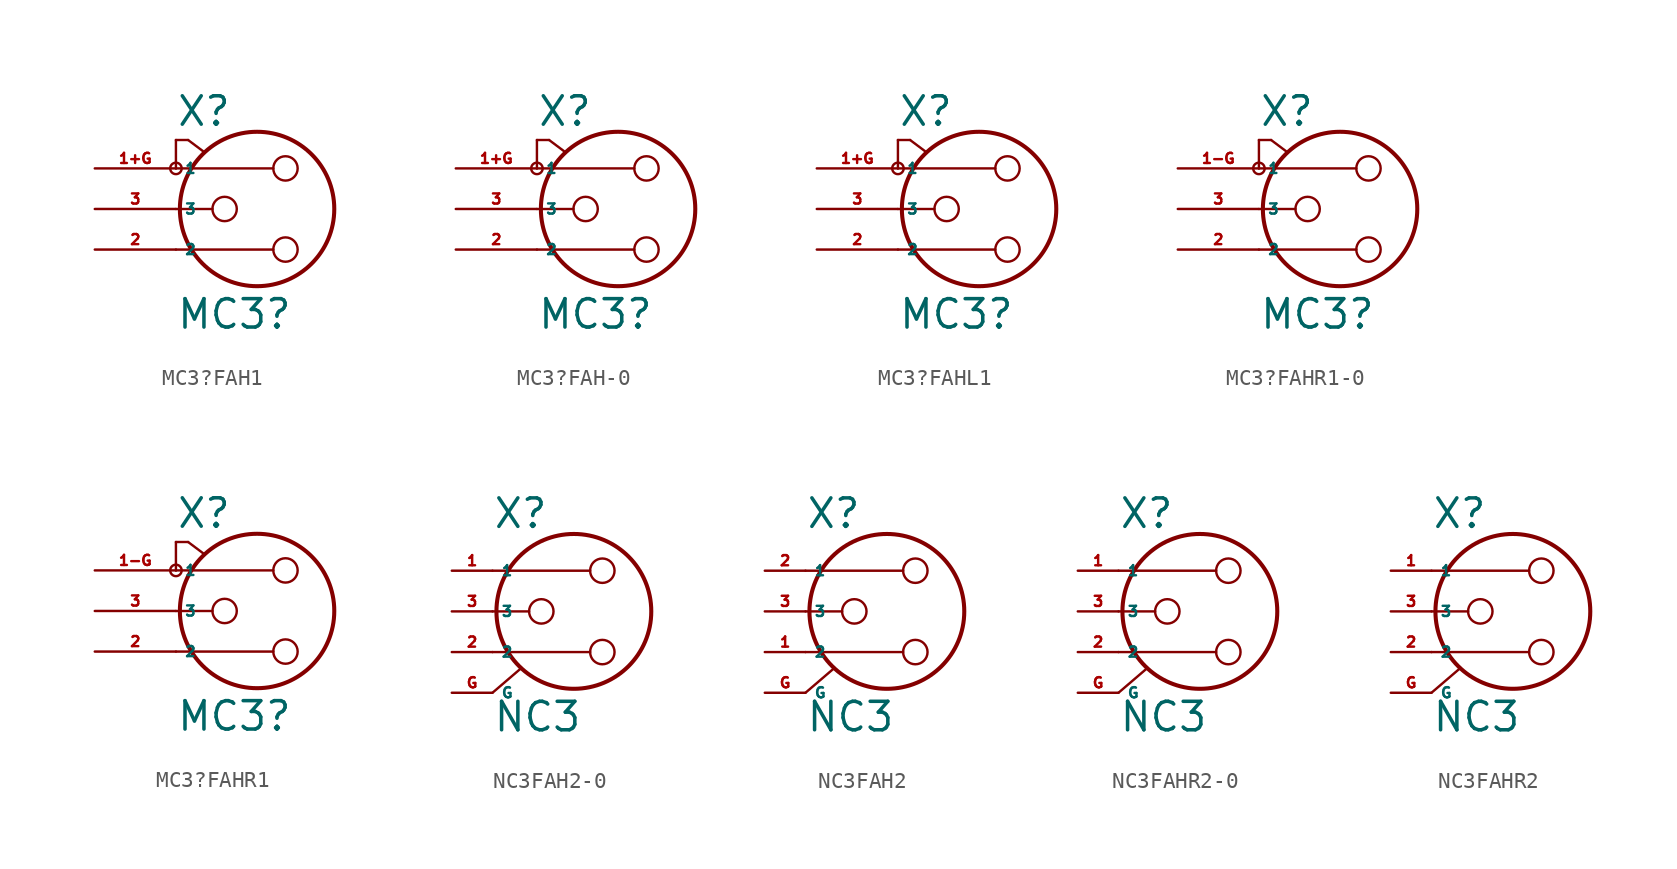
<source format=kicad_sym>
(kicad_symbol_lib
  (version 20220914)
  (generator Eagle2Kicad)
  (symbol "MC3?FAH1"
    (property "Reference" "X"
      (at -5.08 5.08 0)
      (effects (font (size 1.778 1.778) (thickness 0.22)) (justify left bottom)))
    (property "Value" "MC3?"
      (at -5.08 -7.62 0)
      (effects (font (size 1.778 1.778) (thickness 0.22)) (justify left bottom)))
    (polyline
      (pts (xy -5.08 2.54) (xy 1.016 2.54))
      (stroke (width 0.152) (type default))
      (fill (type none)))
    (polyline
      (pts (xy -5.08 -2.54) (xy 1.016 -2.54))
      (stroke (width 0.152) (type default))
      (fill (type none)))
    (polyline
      (pts (xy -5.08 0) (xy -2.794 0))
      (stroke (width 0.152) (type default))
      (fill (type none)))
    (polyline
      (pts (xy -4.318 4.318) (xy -3.302 3.556))
      (stroke (width 0.152) (type default))
      (fill (type none)))
    (polyline
      (pts (xy -4.318 4.318) (xy -5.08 4.318))
      (stroke (width 0.152) (type default))
      (fill (type none)))
    (polyline
      (pts (xy -5.08 4.318) (xy -5.08 2.54))
      (stroke (width 0.152) (type default))
      (fill (type none)))
    (circle
      (center 0 0)
      (radius 4.833)
      (stroke (width 0.254) (type default))
      (fill (type none)))
    (circle
      (center -2.032 0)
      (radius 0.762)
      (stroke (width 0.152) (type default))
      (fill (type none)))
    (circle
      (center 1.778 2.54)
      (radius 0.762)
      (stroke (width 0.152) (type default))
      (fill (type none)))
    (circle
      (center 1.778 -2.54)
      (radius 0.762)
      (stroke (width 0.152) (type default))
      (fill (type none)))
    (circle
      (center -5.08 2.54)
      (radius 0.359)
      (stroke (width 0) (type default))
      (fill (type none)))
    (pin passive line
      (at -10.16 2.54 0)
      (length 5.08)
      (name "1" (effects (font (size 0.635 0.635) (thickness 0.08)) (justify left bottom)))
      (number "1+G" (effects (font (size 0.635 0.635) (thickness 0.08)) (justify left bottom))))
    (pin passive line
      (at -10.16 -2.54 0)
      (length 5.08)
      (name "2" (effects (font (size 0.635 0.635) (thickness 0.08)) (justify left bottom)))
      (number "2" (effects (font (size 0.635 0.635) (thickness 0.08)) (justify left bottom))))
    (pin passive line
      (at -10.16 0 0)
      (length 5.08)
      (name "3" (effects (font (size 0.635 0.635) (thickness 0.08)) (justify left bottom)))
      (number "3" (effects (font (size 0.635 0.635) (thickness 0.08)) (justify left bottom)))))
  (symbol "MC3?FAH-0"
    (property "Reference" "X"
      (at -5.08 5.08 0)
      (effects (font (size 1.778 1.778) (thickness 0.22)) (justify left bottom)))
    (property "Value" "MC3?"
      (at -5.08 -7.62 0)
      (effects (font (size 1.778 1.778) (thickness 0.22)) (justify left bottom)))
    (polyline
      (pts (xy -5.08 2.54) (xy 1.016 2.54))
      (stroke (width 0.152) (type default))
      (fill (type none)))
    (polyline
      (pts (xy -5.08 -2.54) (xy 1.016 -2.54))
      (stroke (width 0.152) (type default))
      (fill (type none)))
    (polyline
      (pts (xy -5.08 0) (xy -2.794 0))
      (stroke (width 0.152) (type default))
      (fill (type none)))
    (polyline
      (pts (xy -4.318 4.318) (xy -3.302 3.556))
      (stroke (width 0.152) (type default))
      (fill (type none)))
    (polyline
      (pts (xy -4.318 4.318) (xy -5.08 4.318))
      (stroke (width 0.152) (type default))
      (fill (type none)))
    (polyline
      (pts (xy -5.08 4.318) (xy -5.08 2.54))
      (stroke (width 0.152) (type default))
      (fill (type none)))
    (circle
      (center 0 0)
      (radius 4.833)
      (stroke (width 0.254) (type default))
      (fill (type none)))
    (circle
      (center -2.032 0)
      (radius 0.762)
      (stroke (width 0.152) (type default))
      (fill (type none)))
    (circle
      (center 1.778 2.54)
      (radius 0.762)
      (stroke (width 0.152) (type default))
      (fill (type none)))
    (circle
      (center 1.778 -2.54)
      (radius 0.762)
      (stroke (width 0.152) (type default))
      (fill (type none)))
    (circle
      (center -5.08 2.54)
      (radius 0.359)
      (stroke (width 0) (type default))
      (fill (type none)))
    (pin passive line
      (at -10.16 2.54 0)
      (length 5.08)
      (name "1" (effects (font (size 0.635 0.635) (thickness 0.08)) (justify left bottom)))
      (number "1+G" (effects (font (size 0.635 0.635) (thickness 0.08)) (justify left bottom))))
    (pin passive line
      (at -10.16 -2.54 0)
      (length 5.08)
      (name "2" (effects (font (size 0.635 0.635) (thickness 0.08)) (justify left bottom)))
      (number "2" (effects (font (size 0.635 0.635) (thickness 0.08)) (justify left bottom))))
    (pin passive line
      (at -10.16 0 0)
      (length 5.08)
      (name "3" (effects (font (size 0.635 0.635) (thickness 0.08)) (justify left bottom)))
      (number "3" (effects (font (size 0.635 0.635) (thickness 0.08)) (justify left bottom)))))
  (symbol "MC3?FAHL1"
    (property "Reference" "X"
      (at -5.08 5.08 0)
      (effects (font (size 1.778 1.778) (thickness 0.22)) (justify left bottom)))
    (property "Value" "MC3?"
      (at -5.08 -7.62 0)
      (effects (font (size 1.778 1.778) (thickness 0.22)) (justify left bottom)))
    (polyline
      (pts (xy -5.08 2.54) (xy 1.016 2.54))
      (stroke (width 0.152) (type default))
      (fill (type none)))
    (polyline
      (pts (xy -5.08 -2.54) (xy 1.016 -2.54))
      (stroke (width 0.152) (type default))
      (fill (type none)))
    (polyline
      (pts (xy -5.08 0) (xy -2.794 0))
      (stroke (width 0.152) (type default))
      (fill (type none)))
    (polyline
      (pts (xy -4.318 4.318) (xy -3.302 3.556))
      (stroke (width 0.152) (type default))
      (fill (type none)))
    (polyline
      (pts (xy -4.318 4.318) (xy -5.08 4.318))
      (stroke (width 0.152) (type default))
      (fill (type none)))
    (polyline
      (pts (xy -5.08 4.318) (xy -5.08 2.54))
      (stroke (width 0.152) (type default))
      (fill (type none)))
    (circle
      (center 0 0)
      (radius 4.833)
      (stroke (width 0.254) (type default))
      (fill (type none)))
    (circle
      (center -2.032 0)
      (radius 0.762)
      (stroke (width 0.152) (type default))
      (fill (type none)))
    (circle
      (center 1.778 2.54)
      (radius 0.762)
      (stroke (width 0.152) (type default))
      (fill (type none)))
    (circle
      (center 1.778 -2.54)
      (radius 0.762)
      (stroke (width 0.152) (type default))
      (fill (type none)))
    (circle
      (center -5.08 2.54)
      (radius 0.359)
      (stroke (width 0) (type default))
      (fill (type none)))
    (pin passive line
      (at -10.16 2.54 0)
      (length 5.08)
      (name "1" (effects (font (size 0.635 0.635) (thickness 0.08)) (justify left bottom)))
      (number "1+G" (effects (font (size 0.635 0.635) (thickness 0.08)) (justify left bottom))))
    (pin passive line
      (at -10.16 -2.54 0)
      (length 5.08)
      (name "2" (effects (font (size 0.635 0.635) (thickness 0.08)) (justify left bottom)))
      (number "2" (effects (font (size 0.635 0.635) (thickness 0.08)) (justify left bottom))))
    (pin passive line
      (at -10.16 0 0)
      (length 5.08)
      (name "3" (effects (font (size 0.635 0.635) (thickness 0.08)) (justify left bottom)))
      (number "3" (effects (font (size 0.635 0.635) (thickness 0.08)) (justify left bottom)))))
  (symbol "MC3?FAHR1-0"
    (property "Reference" "X"
      (at -5.08 5.08 0)
      (effects (font (size 1.778 1.778) (thickness 0.22)) (justify left bottom)))
    (property "Value" "MC3?"
      (at -5.08 -7.62 0)
      (effects (font (size 1.778 1.778) (thickness 0.22)) (justify left bottom)))
    (polyline
      (pts (xy -5.08 2.54) (xy 1.016 2.54))
      (stroke (width 0.152) (type default))
      (fill (type none)))
    (polyline
      (pts (xy -5.08 -2.54) (xy 1.016 -2.54))
      (stroke (width 0.152) (type default))
      (fill (type none)))
    (polyline
      (pts (xy -5.08 0) (xy -2.794 0))
      (stroke (width 0.152) (type default))
      (fill (type none)))
    (polyline
      (pts (xy -4.318 4.318) (xy -3.302 3.556))
      (stroke (width 0.152) (type default))
      (fill (type none)))
    (polyline
      (pts (xy -4.318 4.318) (xy -5.08 4.318))
      (stroke (width 0.152) (type default))
      (fill (type none)))
    (polyline
      (pts (xy -5.08 4.318) (xy -5.08 2.54))
      (stroke (width 0.152) (type default))
      (fill (type none)))
    (circle
      (center 0 0)
      (radius 4.833)
      (stroke (width 0.254) (type default))
      (fill (type none)))
    (circle
      (center -2.032 0)
      (radius 0.762)
      (stroke (width 0.152) (type default))
      (fill (type none)))
    (circle
      (center 1.778 2.54)
      (radius 0.762)
      (stroke (width 0.152) (type default))
      (fill (type none)))
    (circle
      (center 1.778 -2.54)
      (radius 0.762)
      (stroke (width 0.152) (type default))
      (fill (type none)))
    (circle
      (center -5.08 2.54)
      (radius 0.359)
      (stroke (width 0) (type default))
      (fill (type none)))
    (pin passive line
      (at -10.16 2.54 0)
      (length 5.08)
      (name "1" (effects (font (size 0.635 0.635) (thickness 0.08)) (justify left bottom)))
      (number "1-G" (effects (font (size 0.635 0.635) (thickness 0.08)) (justify left bottom))))
    (pin passive line
      (at -10.16 -2.54 0)
      (length 5.08)
      (name "2" (effects (font (size 0.635 0.635) (thickness 0.08)) (justify left bottom)))
      (number "2" (effects (font (size 0.635 0.635) (thickness 0.08)) (justify left bottom))))
    (pin passive line
      (at -10.16 0 0)
      (length 5.08)
      (name "3" (effects (font (size 0.635 0.635) (thickness 0.08)) (justify left bottom)))
      (number "3" (effects (font (size 0.635 0.635) (thickness 0.08)) (justify left bottom)))))
  (symbol "MC3?FAHR1"
    (property "Reference" "X"
      (at -5.08 5.08 0)
      (effects (font (size 1.778 1.778) (thickness 0.22)) (justify left bottom)))
    (property "Value" "MC3?"
      (at -5.08 -7.62 0)
      (effects (font (size 1.778 1.778) (thickness 0.22)) (justify left bottom)))
    (polyline
      (pts (xy -5.08 2.54) (xy 1.016 2.54))
      (stroke (width 0.152) (type default))
      (fill (type none)))
    (polyline
      (pts (xy -5.08 -2.54) (xy 1.016 -2.54))
      (stroke (width 0.152) (type default))
      (fill (type none)))
    (polyline
      (pts (xy -5.08 0) (xy -2.794 0))
      (stroke (width 0.152) (type default))
      (fill (type none)))
    (polyline
      (pts (xy -4.318 4.318) (xy -3.302 3.556))
      (stroke (width 0.152) (type default))
      (fill (type none)))
    (polyline
      (pts (xy -4.318 4.318) (xy -5.08 4.318))
      (stroke (width 0.152) (type default))
      (fill (type none)))
    (polyline
      (pts (xy -5.08 4.318) (xy -5.08 2.54))
      (stroke (width 0.152) (type default))
      (fill (type none)))
    (circle
      (center 0 0)
      (radius 4.833)
      (stroke (width 0.254) (type default))
      (fill (type none)))
    (circle
      (center -2.032 0)
      (radius 0.762)
      (stroke (width 0.152) (type default))
      (fill (type none)))
    (circle
      (center 1.778 2.54)
      (radius 0.762)
      (stroke (width 0.152) (type default))
      (fill (type none)))
    (circle
      (center 1.778 -2.54)
      (radius 0.762)
      (stroke (width 0.152) (type default))
      (fill (type none)))
    (circle
      (center -5.08 2.54)
      (radius 0.359)
      (stroke (width 0) (type default))
      (fill (type none)))
    (pin passive line
      (at -10.16 2.54 0)
      (length 5.08)
      (name "1" (effects (font (size 0.635 0.635) (thickness 0.08)) (justify left bottom)))
      (number "1-G" (effects (font (size 0.635 0.635) (thickness 0.08)) (justify left bottom))))
    (pin passive line
      (at -10.16 -2.54 0)
      (length 5.08)
      (name "2" (effects (font (size 0.635 0.635) (thickness 0.08)) (justify left bottom)))
      (number "2" (effects (font (size 0.635 0.635) (thickness 0.08)) (justify left bottom))))
    (pin passive line
      (at -10.16 0 0)
      (length 5.08)
      (name "3" (effects (font (size 0.635 0.635) (thickness 0.08)) (justify left bottom)))
      (number "3" (effects (font (size 0.635 0.635) (thickness 0.08)) (justify left bottom)))))
  (symbol "NC3FAH2-0"
    (property "Reference" "X"
      (at -5.08 5.08 0)
      (effects (font (size 1.778 1.778) (thickness 0.22)) (justify left bottom)))
    (property "Value" "NC3"
      (at -5.08 -7.62 0)
      (effects (font (size 1.778 1.778) (thickness 0.22)) (justify left bottom)))
    (polyline
      (pts (xy -5.08 2.54) (xy 1.016 2.54))
      (stroke (width 0.152) (type default))
      (fill (type none)))
    (polyline
      (pts (xy -5.08 -2.54) (xy 1.016 -2.54))
      (stroke (width 0.152) (type default))
      (fill (type none)))
    (polyline
      (pts (xy -5.08 0) (xy -2.794 0))
      (stroke (width 0.152) (type default))
      (fill (type none)))
    (polyline
      (pts (xy -5.08 -5.08) (xy -3.302 -3.556))
      (stroke (width 0.152) (type default))
      (fill (type none)))
    (circle
      (center 0 0)
      (radius 4.833)
      (stroke (width 0.254) (type default))
      (fill (type none)))
    (circle
      (center -2.032 0)
      (radius 0.762)
      (stroke (width 0.152) (type default))
      (fill (type none)))
    (circle
      (center 1.778 2.54)
      (radius 0.762)
      (stroke (width 0.152) (type default))
      (fill (type none)))
    (circle
      (center 1.778 -2.54)
      (radius 0.762)
      (stroke (width 0.152) (type default))
      (fill (type none)))
    (pin passive line
      (at -7.62 2.54 0)
      (length 2.54)
      (name "1" (effects (font (size 0.635 0.635) (thickness 0.08)) (justify left bottom)))
      (number "1" (effects (font (size 0.635 0.635) (thickness 0.08)) (justify left bottom))))
    (pin passive line
      (at -7.62 -2.54 0)
      (length 2.54)
      (name "2" (effects (font (size 0.635 0.635) (thickness 0.08)) (justify left bottom)))
      (number "2" (effects (font (size 0.635 0.635) (thickness 0.08)) (justify left bottom))))
    (pin passive line
      (at -7.62 0 0)
      (length 2.54)
      (name "3" (effects (font (size 0.635 0.635) (thickness 0.08)) (justify left bottom)))
      (number "3" (effects (font (size 0.635 0.635) (thickness 0.08)) (justify left bottom))))
    (pin passive line
      (at -7.62 -5.08 0)
      (length 2.54)
      (name "G" (effects (font (size 0.635 0.635) (thickness 0.08)) (justify left bottom)))
      (number "G" (effects (font (size 0.635 0.635) (thickness 0.08)) (justify left bottom)))))
  (symbol "NC3FAH2"
    (property "Reference" "X"
      (at -5.08 5.08 0)
      (effects (font (size 1.778 1.778) (thickness 0.22)) (justify left bottom)))
    (property "Value" "NC3"
      (at -5.08 -7.62 0)
      (effects (font (size 1.778 1.778) (thickness 0.22)) (justify left bottom)))
    (polyline
      (pts (xy -5.08 2.54) (xy 1.016 2.54))
      (stroke (width 0.152) (type default))
      (fill (type none)))
    (polyline
      (pts (xy -5.08 -2.54) (xy 1.016 -2.54))
      (stroke (width 0.152) (type default))
      (fill (type none)))
    (polyline
      (pts (xy -5.08 0) (xy -2.794 0))
      (stroke (width 0.152) (type default))
      (fill (type none)))
    (polyline
      (pts (xy -5.08 -5.08) (xy -3.302 -3.556))
      (stroke (width 0.152) (type default))
      (fill (type none)))
    (circle
      (center 0 0)
      (radius 4.833)
      (stroke (width 0.254) (type default))
      (fill (type none)))
    (circle
      (center -2.032 0)
      (radius 0.762)
      (stroke (width 0.152) (type default))
      (fill (type none)))
    (circle
      (center 1.778 2.54)
      (radius 0.762)
      (stroke (width 0.152) (type default))
      (fill (type none)))
    (circle
      (center 1.778 -2.54)
      (radius 0.762)
      (stroke (width 0.152) (type default))
      (fill (type none)))
    (pin passive line
      (at -7.62 2.54 0)
      (length 2.54)
      (name "1" (effects (font (size 0.635 0.635) (thickness 0.08)) (justify left bottom)))
      (number "2" (effects (font (size 0.635 0.635) (thickness 0.08)) (justify left bottom))))
    (pin passive line
      (at -7.62 -2.54 0)
      (length 2.54)
      (name "2" (effects (font (size 0.635 0.635) (thickness 0.08)) (justify left bottom)))
      (number "1" (effects (font (size 0.635 0.635) (thickness 0.08)) (justify left bottom))))
    (pin passive line
      (at -7.62 0 0)
      (length 2.54)
      (name "3" (effects (font (size 0.635 0.635) (thickness 0.08)) (justify left bottom)))
      (number "3" (effects (font (size 0.635 0.635) (thickness 0.08)) (justify left bottom))))
    (pin passive line
      (at -7.62 -5.08 0)
      (length 2.54)
      (name "G" (effects (font (size 0.635 0.635) (thickness 0.08)) (justify left bottom)))
      (number "G" (effects (font (size 0.635 0.635) (thickness 0.08)) (justify left bottom)))))
  (symbol "NC3FAHR2-0"
    (property "Reference" "X"
      (at -5.08 5.08 0)
      (effects (font (size 1.778 1.778) (thickness 0.22)) (justify left bottom)))
    (property "Value" "NC3"
      (at -5.08 -7.62 0)
      (effects (font (size 1.778 1.778) (thickness 0.22)) (justify left bottom)))
    (polyline
      (pts (xy -5.08 2.54) (xy 1.016 2.54))
      (stroke (width 0.152) (type default))
      (fill (type none)))
    (polyline
      (pts (xy -5.08 -2.54) (xy 1.016 -2.54))
      (stroke (width 0.152) (type default))
      (fill (type none)))
    (polyline
      (pts (xy -5.08 0) (xy -2.794 0))
      (stroke (width 0.152) (type default))
      (fill (type none)))
    (polyline
      (pts (xy -5.08 -5.08) (xy -3.302 -3.556))
      (stroke (width 0.152) (type default))
      (fill (type none)))
    (circle
      (center 0 0)
      (radius 4.833)
      (stroke (width 0.254) (type default))
      (fill (type none)))
    (circle
      (center -2.032 0)
      (radius 0.762)
      (stroke (width 0.152) (type default))
      (fill (type none)))
    (circle
      (center 1.778 2.54)
      (radius 0.762)
      (stroke (width 0.152) (type default))
      (fill (type none)))
    (circle
      (center 1.778 -2.54)
      (radius 0.762)
      (stroke (width 0.152) (type default))
      (fill (type none)))
    (pin passive line
      (at -7.62 2.54 0)
      (length 2.54)
      (name "1" (effects (font (size 0.635 0.635) (thickness 0.08)) (justify left bottom)))
      (number "1" (effects (font (size 0.635 0.635) (thickness 0.08)) (justify left bottom))))
    (pin passive line
      (at -7.62 -2.54 0)
      (length 2.54)
      (name "2" (effects (font (size 0.635 0.635) (thickness 0.08)) (justify left bottom)))
      (number "2" (effects (font (size 0.635 0.635) (thickness 0.08)) (justify left bottom))))
    (pin passive line
      (at -7.62 0 0)
      (length 2.54)
      (name "3" (effects (font (size 0.635 0.635) (thickness 0.08)) (justify left bottom)))
      (number "3" (effects (font (size 0.635 0.635) (thickness 0.08)) (justify left bottom))))
    (pin passive line
      (at -7.62 -5.08 0)
      (length 2.54)
      (name "G" (effects (font (size 0.635 0.635) (thickness 0.08)) (justify left bottom)))
      (number "G" (effects (font (size 0.635 0.635) (thickness 0.08)) (justify left bottom)))))
  (symbol "NC3FAHR2"
    (property "Reference" "X"
      (at -5.08 5.08 0)
      (effects (font (size 1.778 1.778) (thickness 0.22)) (justify left bottom)))
    (property "Value" "NC3"
      (at -5.08 -7.62 0)
      (effects (font (size 1.778 1.778) (thickness 0.22)) (justify left bottom)))
    (polyline
      (pts (xy -5.08 2.54) (xy 1.016 2.54))
      (stroke (width 0.152) (type default))
      (fill (type none)))
    (polyline
      (pts (xy -5.08 -2.54) (xy 1.016 -2.54))
      (stroke (width 0.152) (type default))
      (fill (type none)))
    (polyline
      (pts (xy -5.08 0) (xy -2.794 0))
      (stroke (width 0.152) (type default))
      (fill (type none)))
    (polyline
      (pts (xy -5.08 -5.08) (xy -3.302 -3.556))
      (stroke (width 0.152) (type default))
      (fill (type none)))
    (circle
      (center 0 0)
      (radius 4.833)
      (stroke (width 0.254) (type default))
      (fill (type none)))
    (circle
      (center -2.032 0)
      (radius 0.762)
      (stroke (width 0.152) (type default))
      (fill (type none)))
    (circle
      (center 1.778 2.54)
      (radius 0.762)
      (stroke (width 0.152) (type default))
      (fill (type none)))
    (circle
      (center 1.778 -2.54)
      (radius 0.762)
      (stroke (width 0.152) (type default))
      (fill (type none)))
    (pin passive line
      (at -7.62 2.54 0)
      (length 2.54)
      (name "1" (effects (font (size 0.635 0.635) (thickness 0.08)) (justify left bottom)))
      (number "1" (effects (font (size 0.635 0.635) (thickness 0.08)) (justify left bottom))))
    (pin passive line
      (at -7.62 -2.54 0)
      (length 2.54)
      (name "2" (effects (font (size 0.635 0.635) (thickness 0.08)) (justify left bottom)))
      (number "2" (effects (font (size 0.635 0.635) (thickness 0.08)) (justify left bottom))))
    (pin passive line
      (at -7.62 0 0)
      (length 2.54)
      (name "3" (effects (font (size 0.635 0.635) (thickness 0.08)) (justify left bottom)))
      (number "3" (effects (font (size 0.635 0.635) (thickness 0.08)) (justify left bottom))))
    (pin passive line
      (at -7.62 -5.08 0)
      (length 2.54)
      (name "G" (effects (font (size 0.635 0.635) (thickness 0.08)) (justify left bottom)))
      (number "G" (effects (font (size 0.635 0.635) (thickness 0.08)) (justify left bottom))))))
</source>
